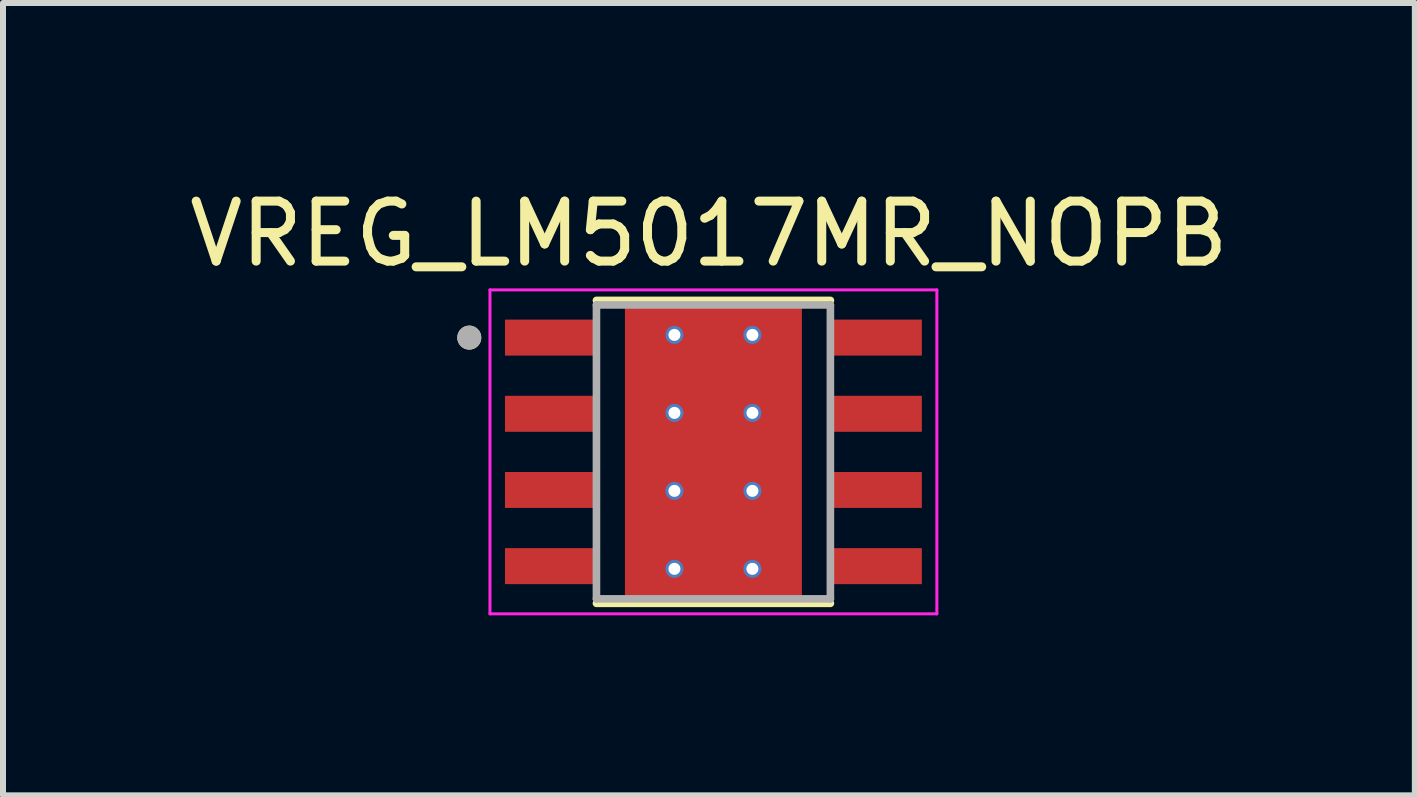
<source format=kicad_pcb>
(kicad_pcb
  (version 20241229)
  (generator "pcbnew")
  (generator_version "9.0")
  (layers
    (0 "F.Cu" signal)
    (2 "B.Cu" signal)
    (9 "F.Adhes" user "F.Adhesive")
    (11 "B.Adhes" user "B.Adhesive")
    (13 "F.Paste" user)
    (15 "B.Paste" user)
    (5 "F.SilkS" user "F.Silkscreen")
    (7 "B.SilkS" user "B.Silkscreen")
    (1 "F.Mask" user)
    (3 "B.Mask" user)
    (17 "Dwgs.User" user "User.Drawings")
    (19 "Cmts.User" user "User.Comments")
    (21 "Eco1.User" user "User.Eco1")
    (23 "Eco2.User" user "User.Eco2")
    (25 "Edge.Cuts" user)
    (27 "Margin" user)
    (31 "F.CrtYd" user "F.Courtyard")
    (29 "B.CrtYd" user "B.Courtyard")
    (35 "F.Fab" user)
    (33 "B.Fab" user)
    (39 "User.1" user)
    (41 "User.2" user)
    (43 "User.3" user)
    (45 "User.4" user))
  (footprint "VREG_LM5017MR_NOPB"
    (layer "F.Cu")
    (at 8.843 4.483)
    (property "Reference" "VREG_LM5017MR_NOPB" (at -0.075 -3.635 0) (layer "F.SilkS") (effects (font (size 1 1) (thickness 0.15))))
    (attr through_hole)
    (fp_poly (pts (xy -1.355 -1.7) (xy 1.355 -1.7) (xy 1.355 1.7) (xy -1.355 1.7)) (stroke (width 0.01) (type solid)) (fill yes) (layer "F.Mask"))
    (fp_poly (pts (xy -1.905 -1.535) (xy -3.495 -1.535) (xy -3.498 -1.535) (xy -3.5 -1.535) (xy -3.503 -1.536) (xy -3.505 -1.536) (xy -3.508 -1.537) (xy -3.51 -1.537) (xy -3.513 -1.538) (xy -3.515 -1.539) (xy -3.518 -1.54) (xy -3.52 -1.542) (xy -3.522 -1.543) (xy -3.524 -1.545) (xy -3.526 -1.546) (xy -3.528 -1.548) (xy -3.53 -1.55) (xy -3.532 -1.552) (xy -3.534 -1.554) (xy -3.535 -1.556) (xy -3.537 -1.558) (xy -3.538 -1.56) (xy -3.54 -1.562) (xy -3.541 -1.565) (xy -3.542 -1.567) (xy -3.543 -1.57) (xy -3.543 -1.572) (xy -3.544 -1.575) (xy -3.544 -1.577) (xy -3.545 -1.58) (xy -3.545 -1.582) (xy -3.545 -1.585) (xy -3.545 -2.225) (xy -3.545 -2.228) (xy -3.545 -2.23) (xy -3.544 -2.233) (xy -3.544 -2.235) (xy -3.543 -2.238) (xy -3.543 -2.24) (xy -3.542 -2.243) (xy -3.541 -2.245) (xy -3.54 -2.248) (xy -3.538 -2.25) (xy -3.537 -2.252) (xy -3.535 -2.254) (xy -3.534 -2.256) (xy -3.532 -2.258) (xy -3.53 -2.26) (xy -3.528 -2.262) (xy -3.526 -2.264) (xy -3.524 -2.265) (xy -3.522 -2.267) (xy -3.52 -2.268) (xy -3.518 -2.27) (xy -3.515 -2.271) (xy -3.513 -2.272) (xy -3.51 -2.273) (xy -3.508 -2.273) (xy -3.505 -2.274) (xy -3.503 -2.274) (xy -3.5 -2.275) (xy -3.498 -2.275) (xy -3.495 -2.275) (xy -1.905 -2.275) (xy -1.902 -2.275) (xy -1.9 -2.275) (xy -1.897 -2.274) (xy -1.895 -2.274) (xy -1.892 -2.273) (xy -1.89 -2.273) (xy -1.887 -2.272) (xy -1.885 -2.271) (xy -1.882 -2.27) (xy -1.88 -2.268) (xy -1.878 -2.267) (xy -1.876 -2.265) (xy -1.874 -2.264) (xy -1.872 -2.262) (xy -1.87 -2.26) (xy -1.868 -2.258) (xy -1.866 -2.256) (xy -1.865 -2.254) (xy -1.863 -2.252) (xy -1.862 -2.25) (xy -1.86 -2.248) (xy -1.859 -2.245) (xy -1.858 -2.243) (xy -1.857 -2.24) (xy -1.857 -2.238) (xy -1.856 -2.235) (xy -1.856 -2.233) (xy -1.855 -2.23) (xy -1.855 -2.228) (xy -1.855 -2.225) (xy -1.855 -1.585) (xy -1.855 -1.582) (xy -1.855 -1.58) (xy -1.856 -1.577) (xy -1.856 -1.575) (xy -1.857 -1.572) (xy -1.857 -1.57) (xy -1.858 -1.567) (xy -1.859 -1.565) (xy -1.86 -1.562) (xy -1.862 -1.56) (xy -1.863 -1.558) (xy -1.865 -1.556) (xy -1.866 -1.554) (xy -1.868 -1.552) (xy -1.87 -1.55) (xy -1.872 -1.548) (xy -1.874 -1.546) (xy -1.876 -1.545) (xy -1.878 -1.543) (xy -1.88 -1.542) (xy -1.882 -1.54) (xy -1.885 -1.539) (xy -1.887 -1.538) (xy -1.89 -1.537) (xy -1.892 -1.537) (xy -1.895 -1.536) (xy -1.897 -1.536) (xy -1.9 -1.535) (xy -1.902 -1.535) (xy -1.905 -1.535)) (stroke (width 0.01) (type solid)) (fill yes) (layer "F.Mask"))
    (fp_poly (pts (xy -1.905 -0.265) (xy -3.495 -0.265) (xy -3.498 -0.265) (xy -3.5 -0.265) (xy -3.503 -0.266) (xy -3.505 -0.266) (xy -3.508 -0.267) (xy -3.51 -0.267) (xy -3.513 -0.268) (xy -3.515 -0.269) (xy -3.518 -0.27) (xy -3.52 -0.272) (xy -3.522 -0.273) (xy -3.524 -0.275) (xy -3.526 -0.276) (xy -3.528 -0.278) (xy -3.53 -0.28) (xy -3.532 -0.282) (xy -3.534 -0.284) (xy -3.535 -0.286) (xy -3.537 -0.288) (xy -3.538 -0.29) (xy -3.54 -0.292) (xy -3.541 -0.295) (xy -3.542 -0.297) (xy -3.543 -0.3) (xy -3.543 -0.302) (xy -3.544 -0.305) (xy -3.544 -0.307) (xy -3.545 -0.31) (xy -3.545 -0.312) (xy -3.545 -0.315) (xy -3.545 -0.955) (xy -3.545 -0.958) (xy -3.545 -0.96) (xy -3.544 -0.963) (xy -3.544 -0.965) (xy -3.543 -0.968) (xy -3.543 -0.97) (xy -3.542 -0.973) (xy -3.541 -0.975) (xy -3.54 -0.978) (xy -3.538 -0.98) (xy -3.537 -0.982) (xy -3.535 -0.984) (xy -3.534 -0.986) (xy -3.532 -0.988) (xy -3.53 -0.99) (xy -3.528 -0.992) (xy -3.526 -0.994) (xy -3.524 -0.995) (xy -3.522 -0.997) (xy -3.52 -0.998) (xy -3.518 -1) (xy -3.515 -1.001) (xy -3.513 -1.002) (xy -3.51 -1.003) (xy -3.508 -1.003) (xy -3.505 -1.004) (xy -3.503 -1.004) (xy -3.5 -1.005) (xy -3.498 -1.005) (xy -3.495 -1.005) (xy -1.905 -1.005) (xy -1.902 -1.005) (xy -1.9 -1.005) (xy -1.897 -1.004) (xy -1.895 -1.004) (xy -1.892 -1.003) (xy -1.89 -1.003) (xy -1.887 -1.002) (xy -1.885 -1.001) (xy -1.882 -1) (xy -1.88 -0.998) (xy -1.878 -0.997) (xy -1.876 -0.995) (xy -1.874 -0.994) (xy -1.872 -0.992) (xy -1.87 -0.99) (xy -1.868 -0.988) (xy -1.866 -0.986) (xy -1.865 -0.984) (xy -1.863 -0.982) (xy -1.862 -0.98) (xy -1.86 -0.978) (xy -1.859 -0.975) (xy -1.858 -0.973) (xy -1.857 -0.97) (xy -1.857 -0.968) (xy -1.856 -0.965) (xy -1.856 -0.963) (xy -1.855 -0.96) (xy -1.855 -0.958) (xy -1.855 -0.955) (xy -1.855 -0.315) (xy -1.855 -0.312) (xy -1.855 -0.31) (xy -1.856 -0.307) (xy -1.856 -0.305) (xy -1.857 -0.302) (xy -1.857 -0.3) (xy -1.858 -0.297) (xy -1.859 -0.295) (xy -1.86 -0.292) (xy -1.862 -0.29) (xy -1.863 -0.288) (xy -1.865 -0.286) (xy -1.866 -0.284) (xy -1.868 -0.282) (xy -1.87 -0.28) (xy -1.872 -0.278) (xy -1.874 -0.276) (xy -1.876 -0.275) (xy -1.878 -0.273) (xy -1.88 -0.272) (xy -1.882 -0.27) (xy -1.885 -0.269) (xy -1.887 -0.268) (xy -1.89 -0.267) (xy -1.892 -0.267) (xy -1.895 -0.266) (xy -1.897 -0.266) (xy -1.9 -0.265) (xy -1.902 -0.265) (xy -1.905 -0.265)) (stroke (width 0.01) (type solid)) (fill yes) (layer "F.Mask"))
    (fp_poly (pts (xy -1.905 1.005) (xy -3.495 1.005) (xy -3.498 1.005) (xy -3.5 1.005) (xy -3.503 1.004) (xy -3.505 1.004) (xy -3.508 1.003) (xy -3.51 1.003) (xy -3.513 1.002) (xy -3.515 1.001) (xy -3.518 1) (xy -3.52 0.998) (xy -3.522 0.997) (xy -3.524 0.995) (xy -3.526 0.994) (xy -3.528 0.992) (xy -3.53 0.99) (xy -3.532 0.988) (xy -3.534 0.986) (xy -3.535 0.984) (xy -3.537 0.982) (xy -3.538 0.98) (xy -3.54 0.978) (xy -3.541 0.975) (xy -3.542 0.973) (xy -3.543 0.97) (xy -3.543 0.968) (xy -3.544 0.965) (xy -3.544 0.963) (xy -3.545 0.96) (xy -3.545 0.958) (xy -3.545 0.955) (xy -3.545 0.315) (xy -3.545 0.312) (xy -3.545 0.31) (xy -3.544 0.307) (xy -3.544 0.305) (xy -3.543 0.302) (xy -3.543 0.3) (xy -3.542 0.297) (xy -3.541 0.295) (xy -3.54 0.292) (xy -3.538 0.29) (xy -3.537 0.288) (xy -3.535 0.286) (xy -3.534 0.284) (xy -3.532 0.282) (xy -3.53 0.28) (xy -3.528 0.278) (xy -3.526 0.276) (xy -3.524 0.275) (xy -3.522 0.273) (xy -3.52 0.272) (xy -3.518 0.27) (xy -3.515 0.269) (xy -3.513 0.268) (xy -3.51 0.267) (xy -3.508 0.267) (xy -3.505 0.266) (xy -3.503 0.266) (xy -3.5 0.265) (xy -3.498 0.265) (xy -3.495 0.265) (xy -1.905 0.265) (xy -1.902 0.265) (xy -1.9 0.265) (xy -1.897 0.266) (xy -1.895 0.266) (xy -1.892 0.267) (xy -1.89 0.267) (xy -1.887 0.268) (xy -1.885 0.269) (xy -1.882 0.27) (xy -1.88 0.272) (xy -1.878 0.273) (xy -1.876 0.275) (xy -1.874 0.276) (xy -1.872 0.278) (xy -1.87 0.28) (xy -1.868 0.282) (xy -1.866 0.284) (xy -1.865 0.286) (xy -1.863 0.288) (xy -1.862 0.29) (xy -1.86 0.292) (xy -1.859 0.295) (xy -1.858 0.297) (xy -1.857 0.3) (xy -1.857 0.302) (xy -1.856 0.305) (xy -1.856 0.307) (xy -1.855 0.31) (xy -1.855 0.312) (xy -1.855 0.315) (xy -1.855 0.955) (xy -1.855 0.958) (xy -1.855 0.96) (xy -1.856 0.963) (xy -1.856 0.965) (xy -1.857 0.968) (xy -1.857 0.97) (xy -1.858 0.973) (xy -1.859 0.975) (xy -1.86 0.978) (xy -1.862 0.98) (xy -1.863 0.982) (xy -1.865 0.984) (xy -1.866 0.986) (xy -1.868 0.988) (xy -1.87 0.99) (xy -1.872 0.992) (xy -1.874 0.994) (xy -1.876 0.995) (xy -1.878 0.997) (xy -1.88 0.998) (xy -1.882 1) (xy -1.885 1.001) (xy -1.887 1.002) (xy -1.89 1.003) (xy -1.892 1.003) (xy -1.895 1.004) (xy -1.897 1.004) (xy -1.9 1.005) (xy -1.902 1.005) (xy -1.905 1.005)) (stroke (width 0.01) (type solid)) (fill yes) (layer "F.Mask"))
    (fp_poly (pts (xy -1.905 2.275) (xy -3.495 2.275) (xy -3.498 2.275) (xy -3.5 2.275) (xy -3.503 2.274) (xy -3.505 2.274) (xy -3.508 2.273) (xy -3.51 2.273) (xy -3.513 2.272) (xy -3.515 2.271) (xy -3.518 2.27) (xy -3.52 2.268) (xy -3.522 2.267) (xy -3.524 2.265) (xy -3.526 2.264) (xy -3.528 2.262) (xy -3.53 2.26) (xy -3.532 2.258) (xy -3.534 2.256) (xy -3.535 2.254) (xy -3.537 2.252) (xy -3.538 2.25) (xy -3.54 2.248) (xy -3.541 2.245) (xy -3.542 2.243) (xy -3.543 2.24) (xy -3.543 2.238) (xy -3.544 2.235) (xy -3.544 2.233) (xy -3.545 2.23) (xy -3.545 2.228) (xy -3.545 2.225) (xy -3.545 1.585) (xy -3.545 1.582) (xy -3.545 1.58) (xy -3.544 1.577) (xy -3.544 1.575) (xy -3.543 1.572) (xy -3.543 1.57) (xy -3.542 1.567) (xy -3.541 1.565) (xy -3.54 1.562) (xy -3.538 1.56) (xy -3.537 1.558) (xy -3.535 1.556) (xy -3.534 1.554) (xy -3.532 1.552) (xy -3.53 1.55) (xy -3.528 1.548) (xy -3.526 1.546) (xy -3.524 1.545) (xy -3.522 1.543) (xy -3.52 1.542) (xy -3.518 1.54) (xy -3.515 1.539) (xy -3.513 1.538) (xy -3.51 1.537) (xy -3.508 1.537) (xy -3.505 1.536) (xy -3.503 1.536) (xy -3.5 1.535) (xy -3.498 1.535) (xy -3.495 1.535) (xy -1.905 1.535) (xy -1.902 1.535) (xy -1.9 1.535) (xy -1.897 1.536) (xy -1.895 1.536) (xy -1.892 1.537) (xy -1.89 1.537) (xy -1.887 1.538) (xy -1.885 1.539) (xy -1.882 1.54) (xy -1.88 1.542) (xy -1.878 1.543) (xy -1.876 1.545) (xy -1.874 1.546) (xy -1.872 1.548) (xy -1.87 1.55) (xy -1.868 1.552) (xy -1.866 1.554) (xy -1.865 1.556) (xy -1.863 1.558) (xy -1.862 1.56) (xy -1.86 1.562) (xy -1.859 1.565) (xy -1.858 1.567) (xy -1.857 1.57) (xy -1.857 1.572) (xy -1.856 1.575) (xy -1.856 1.577) (xy -1.855 1.58) (xy -1.855 1.582) (xy -1.855 1.585) (xy -1.855 2.225) (xy -1.855 2.228) (xy -1.855 2.23) (xy -1.856 2.233) (xy -1.856 2.235) (xy -1.857 2.238) (xy -1.857 2.24) (xy -1.858 2.243) (xy -1.859 2.245) (xy -1.86 2.248) (xy -1.862 2.25) (xy -1.863 2.252) (xy -1.865 2.254) (xy -1.866 2.256) (xy -1.868 2.258) (xy -1.87 2.26) (xy -1.872 2.262) (xy -1.874 2.264) (xy -1.876 2.265) (xy -1.878 2.267) (xy -1.88 2.268) (xy -1.882 2.27) (xy -1.885 2.271) (xy -1.887 2.272) (xy -1.89 2.273) (xy -1.892 2.273) (xy -1.895 2.274) (xy -1.897 2.274) (xy -1.9 2.275) (xy -1.902 2.275) (xy -1.905 2.275)) (stroke (width 0.01) (type solid)) (fill yes) (layer "F.Mask"))
    (fp_poly (pts (xy 3.495 -1.535) (xy 1.905 -1.535) (xy 1.902 -1.535) (xy 1.9 -1.535) (xy 1.897 -1.536) (xy 1.895 -1.536) (xy 1.892 -1.537) (xy 1.89 -1.537) (xy 1.887 -1.538) (xy 1.885 -1.539) (xy 1.882 -1.54) (xy 1.88 -1.542) (xy 1.878 -1.543) (xy 1.876 -1.545) (xy 1.874 -1.546) (xy 1.872 -1.548) (xy 1.87 -1.55) (xy 1.868 -1.552) (xy 1.866 -1.554) (xy 1.865 -1.556) (xy 1.863 -1.558) (xy 1.862 -1.56) (xy 1.86 -1.562) (xy 1.859 -1.565) (xy 1.858 -1.567) (xy 1.857 -1.57) (xy 1.857 -1.572) (xy 1.856 -1.575) (xy 1.856 -1.577) (xy 1.855 -1.58) (xy 1.855 -1.582) (xy 1.855 -1.585) (xy 1.855 -2.225) (xy 1.855 -2.228) (xy 1.855 -2.23) (xy 1.856 -2.233) (xy 1.856 -2.235) (xy 1.857 -2.238) (xy 1.857 -2.24) (xy 1.858 -2.243) (xy 1.859 -2.245) (xy 1.86 -2.248) (xy 1.862 -2.25) (xy 1.863 -2.252) (xy 1.865 -2.254) (xy 1.866 -2.256) (xy 1.868 -2.258) (xy 1.87 -2.26) (xy 1.872 -2.262) (xy 1.874 -2.264) (xy 1.876 -2.265) (xy 1.878 -2.267) (xy 1.88 -2.268) (xy 1.882 -2.27) (xy 1.885 -2.271) (xy 1.887 -2.272) (xy 1.89 -2.273) (xy 1.892 -2.273) (xy 1.895 -2.274) (xy 1.897 -2.274) (xy 1.9 -2.275) (xy 1.902 -2.275) (xy 1.905 -2.275) (xy 3.495 -2.275) (xy 3.498 -2.275) (xy 3.5 -2.275) (xy 3.503 -2.274) (xy 3.505 -2.274) (xy 3.508 -2.273) (xy 3.51 -2.273) (xy 3.513 -2.272) (xy 3.515 -2.271) (xy 3.518 -2.27) (xy 3.52 -2.268) (xy 3.522 -2.267) (xy 3.524 -2.265) (xy 3.526 -2.264) (xy 3.528 -2.262) (xy 3.53 -2.26) (xy 3.532 -2.258) (xy 3.534 -2.256) (xy 3.535 -2.254) (xy 3.537 -2.252) (xy 3.538 -2.25) (xy 3.54 -2.248) (xy 3.541 -2.245) (xy 3.542 -2.243) (xy 3.543 -2.24) (xy 3.543 -2.238) (xy 3.544 -2.235) (xy 3.544 -2.233) (xy 3.545 -2.23) (xy 3.545 -2.228) (xy 3.545 -2.225) (xy 3.545 -1.585) (xy 3.545 -1.582) (xy 3.545 -1.58) (xy 3.544 -1.577) (xy 3.544 -1.575) (xy 3.543 -1.572) (xy 3.543 -1.57) (xy 3.542 -1.567) (xy 3.541 -1.565) (xy 3.54 -1.562) (xy 3.538 -1.56) (xy 3.537 -1.558) (xy 3.535 -1.556) (xy 3.534 -1.554) (xy 3.532 -1.552) (xy 3.53 -1.55) (xy 3.528 -1.548) (xy 3.526 -1.546) (xy 3.524 -1.545) (xy 3.522 -1.543) (xy 3.52 -1.542) (xy 3.518 -1.54) (xy 3.515 -1.539) (xy 3.513 -1.538) (xy 3.51 -1.537) (xy 3.508 -1.537) (xy 3.505 -1.536) (xy 3.503 -1.536) (xy 3.5 -1.535) (xy 3.498 -1.535) (xy 3.495 -1.535)) (stroke (width 0.01) (type solid)) (fill yes) (layer "F.Mask"))
    (fp_poly (pts (xy 3.495 -0.265) (xy 1.905 -0.265) (xy 1.902 -0.265) (xy 1.9 -0.265) (xy 1.897 -0.266) (xy 1.895 -0.266) (xy 1.892 -0.267) (xy 1.89 -0.267) (xy 1.887 -0.268) (xy 1.885 -0.269) (xy 1.882 -0.27) (xy 1.88 -0.272) (xy 1.878 -0.273) (xy 1.876 -0.275) (xy 1.874 -0.276) (xy 1.872 -0.278) (xy 1.87 -0.28) (xy 1.868 -0.282) (xy 1.866 -0.284) (xy 1.865 -0.286) (xy 1.863 -0.288) (xy 1.862 -0.29) (xy 1.86 -0.292) (xy 1.859 -0.295) (xy 1.858 -0.297) (xy 1.857 -0.3) (xy 1.857 -0.302) (xy 1.856 -0.305) (xy 1.856 -0.307) (xy 1.855 -0.31) (xy 1.855 -0.312) (xy 1.855 -0.315) (xy 1.855 -0.955) (xy 1.855 -0.958) (xy 1.855 -0.96) (xy 1.856 -0.963) (xy 1.856 -0.965) (xy 1.857 -0.968) (xy 1.857 -0.97) (xy 1.858 -0.973) (xy 1.859 -0.975) (xy 1.86 -0.978) (xy 1.862 -0.98) (xy 1.863 -0.982) (xy 1.865 -0.984) (xy 1.866 -0.986) (xy 1.868 -0.988) (xy 1.87 -0.99) (xy 1.872 -0.992) (xy 1.874 -0.994) (xy 1.876 -0.995) (xy 1.878 -0.997) (xy 1.88 -0.998) (xy 1.882 -1) (xy 1.885 -1.001) (xy 1.887 -1.002) (xy 1.89 -1.003) (xy 1.892 -1.003) (xy 1.895 -1.004) (xy 1.897 -1.004) (xy 1.9 -1.005) (xy 1.902 -1.005) (xy 1.905 -1.005) (xy 3.495 -1.005) (xy 3.498 -1.005) (xy 3.5 -1.005) (xy 3.503 -1.004) (xy 3.505 -1.004) (xy 3.508 -1.003) (xy 3.51 -1.003) (xy 3.513 -1.002) (xy 3.515 -1.001) (xy 3.518 -1) (xy 3.52 -0.998) (xy 3.522 -0.997) (xy 3.524 -0.995) (xy 3.526 -0.994) (xy 3.528 -0.992) (xy 3.53 -0.99) (xy 3.532 -0.988) (xy 3.534 -0.986) (xy 3.535 -0.984) (xy 3.537 -0.982) (xy 3.538 -0.98) (xy 3.54 -0.978) (xy 3.541 -0.975) (xy 3.542 -0.973) (xy 3.543 -0.97) (xy 3.543 -0.968) (xy 3.544 -0.965) (xy 3.544 -0.963) (xy 3.545 -0.96) (xy 3.545 -0.958) (xy 3.545 -0.955) (xy 3.545 -0.315) (xy 3.545 -0.312) (xy 3.545 -0.31) (xy 3.544 -0.307) (xy 3.544 -0.305) (xy 3.543 -0.302) (xy 3.543 -0.3) (xy 3.542 -0.297) (xy 3.541 -0.295) (xy 3.54 -0.292) (xy 3.538 -0.29) (xy 3.537 -0.288) (xy 3.535 -0.286) (xy 3.534 -0.284) (xy 3.532 -0.282) (xy 3.53 -0.28) (xy 3.528 -0.278) (xy 3.526 -0.276) (xy 3.524 -0.275) (xy 3.522 -0.273) (xy 3.52 -0.272) (xy 3.518 -0.27) (xy 3.515 -0.269) (xy 3.513 -0.268) (xy 3.51 -0.267) (xy 3.508 -0.267) (xy 3.505 -0.266) (xy 3.503 -0.266) (xy 3.5 -0.265) (xy 3.498 -0.265) (xy 3.495 -0.265)) (stroke (width 0.01) (type solid)) (fill yes) (layer "F.Mask"))
    (fp_poly (pts (xy 3.495 1.005) (xy 1.905 1.005) (xy 1.902 1.005) (xy 1.9 1.005) (xy 1.897 1.004) (xy 1.895 1.004) (xy 1.892 1.003) (xy 1.89 1.003) (xy 1.887 1.002) (xy 1.885 1.001) (xy 1.882 1) (xy 1.88 0.998) (xy 1.878 0.997) (xy 1.876 0.995) (xy 1.874 0.994) (xy 1.872 0.992) (xy 1.87 0.99) (xy 1.868 0.988) (xy 1.866 0.986) (xy 1.865 0.984) (xy 1.863 0.982) (xy 1.862 0.98) (xy 1.86 0.978) (xy 1.859 0.975) (xy 1.858 0.973) (xy 1.857 0.97) (xy 1.857 0.968) (xy 1.856 0.965) (xy 1.856 0.963) (xy 1.855 0.96) (xy 1.855 0.958) (xy 1.855 0.955) (xy 1.855 0.315) (xy 1.855 0.312) (xy 1.855 0.31) (xy 1.856 0.307) (xy 1.856 0.305) (xy 1.857 0.302) (xy 1.857 0.3) (xy 1.858 0.297) (xy 1.859 0.295) (xy 1.86 0.292) (xy 1.862 0.29) (xy 1.863 0.288) (xy 1.865 0.286) (xy 1.866 0.284) (xy 1.868 0.282) (xy 1.87 0.28) (xy 1.872 0.278) (xy 1.874 0.276) (xy 1.876 0.275) (xy 1.878 0.273) (xy 1.88 0.272) (xy 1.882 0.27) (xy 1.885 0.269) (xy 1.887 0.268) (xy 1.89 0.267) (xy 1.892 0.267) (xy 1.895 0.266) (xy 1.897 0.266) (xy 1.9 0.265) (xy 1.902 0.265) (xy 1.905 0.265) (xy 3.495 0.265) (xy 3.498 0.265) (xy 3.5 0.265) (xy 3.503 0.266) (xy 3.505 0.266) (xy 3.508 0.267) (xy 3.51 0.267) (xy 3.513 0.268) (xy 3.515 0.269) (xy 3.518 0.27) (xy 3.52 0.272) (xy 3.522 0.273) (xy 3.524 0.275) (xy 3.526 0.276) (xy 3.528 0.278) (xy 3.53 0.28) (xy 3.532 0.282) (xy 3.534 0.284) (xy 3.535 0.286) (xy 3.537 0.288) (xy 3.538 0.29) (xy 3.54 0.292) (xy 3.541 0.295) (xy 3.542 0.297) (xy 3.543 0.3) (xy 3.543 0.302) (xy 3.544 0.305) (xy 3.544 0.307) (xy 3.545 0.31) (xy 3.545 0.312) (xy 3.545 0.315) (xy 3.545 0.955) (xy 3.545 0.958) (xy 3.545 0.96) (xy 3.544 0.963) (xy 3.544 0.965) (xy 3.543 0.968) (xy 3.543 0.97) (xy 3.542 0.973) (xy 3.541 0.975) (xy 3.54 0.978) (xy 3.538 0.98) (xy 3.537 0.982) (xy 3.535 0.984) (xy 3.534 0.986) (xy 3.532 0.988) (xy 3.53 0.99) (xy 3.528 0.992) (xy 3.526 0.994) (xy 3.524 0.995) (xy 3.522 0.997) (xy 3.52 0.998) (xy 3.518 1) (xy 3.515 1.001) (xy 3.513 1.002) (xy 3.51 1.003) (xy 3.508 1.003) (xy 3.505 1.004) (xy 3.503 1.004) (xy 3.5 1.005) (xy 3.498 1.005) (xy 3.495 1.005)) (stroke (width 0.01) (type solid)) (fill yes) (layer "F.Mask"))
    (fp_poly (pts (xy 3.495 2.275) (xy 1.905 2.275) (xy 1.902 2.275) (xy 1.9 2.275) (xy 1.897 2.274) (xy 1.895 2.274) (xy 1.892 2.273) (xy 1.89 2.273) (xy 1.887 2.272) (xy 1.885 2.271) (xy 1.882 2.27) (xy 1.88 2.268) (xy 1.878 2.267) (xy 1.876 2.265) (xy 1.874 2.264) (xy 1.872 2.262) (xy 1.87 2.26) (xy 1.868 2.258) (xy 1.866 2.256) (xy 1.865 2.254) (xy 1.863 2.252) (xy 1.862 2.25) (xy 1.86 2.248) (xy 1.859 2.245) (xy 1.858 2.243) (xy 1.857 2.24) (xy 1.857 2.238) (xy 1.856 2.235) (xy 1.856 2.233) (xy 1.855 2.23) (xy 1.855 2.228) (xy 1.855 2.225) (xy 1.855 1.585) (xy 1.855 1.582) (xy 1.855 1.58) (xy 1.856 1.577) (xy 1.856 1.575) (xy 1.857 1.572) (xy 1.857 1.57) (xy 1.858 1.567) (xy 1.859 1.565) (xy 1.86 1.562) (xy 1.862 1.56) (xy 1.863 1.558) (xy 1.865 1.556) (xy 1.866 1.554) (xy 1.868 1.552) (xy 1.87 1.55) (xy 1.872 1.548) (xy 1.874 1.546) (xy 1.876 1.545) (xy 1.878 1.543) (xy 1.88 1.542) (xy 1.882 1.54) (xy 1.885 1.539) (xy 1.887 1.538) (xy 1.89 1.537) (xy 1.892 1.537) (xy 1.895 1.536) (xy 1.897 1.536) (xy 1.9 1.535) (xy 1.902 1.535) (xy 1.905 1.535) (xy 3.495 1.535) (xy 3.498 1.535) (xy 3.5 1.535) (xy 3.503 1.536) (xy 3.505 1.536) (xy 3.508 1.537) (xy 3.51 1.537) (xy 3.513 1.538) (xy 3.515 1.539) (xy 3.518 1.54) (xy 3.52 1.542) (xy 3.522 1.543) (xy 3.524 1.545) (xy 3.526 1.546) (xy 3.528 1.548) (xy 3.53 1.55) (xy 3.532 1.552) (xy 3.534 1.554) (xy 3.535 1.556) (xy 3.537 1.558) (xy 3.538 1.56) (xy 3.54 1.562) (xy 3.541 1.565) (xy 3.542 1.567) (xy 3.543 1.57) (xy 3.543 1.572) (xy 3.544 1.575) (xy 3.544 1.577) (xy 3.545 1.58) (xy 3.545 1.582) (xy 3.545 1.585) (xy 3.545 2.225) (xy 3.545 2.228) (xy 3.545 2.23) (xy 3.544 2.233) (xy 3.544 2.235) (xy 3.543 2.238) (xy 3.543 2.24) (xy 3.542 2.243) (xy 3.541 2.245) (xy 3.54 2.248) (xy 3.538 2.25) (xy 3.537 2.252) (xy 3.535 2.254) (xy 3.534 2.256) (xy 3.532 2.258) (xy 3.53 2.26) (xy 3.528 2.262) (xy 3.526 2.264) (xy 3.524 2.265) (xy 3.522 2.267) (xy 3.52 2.268) (xy 3.518 2.27) (xy 3.515 2.271) (xy 3.513 2.272) (xy 3.51 2.273) (xy 3.508 2.273) (xy 3.505 2.274) (xy 3.503 2.274) (xy 3.5 2.275) (xy 3.498 2.275) (xy 3.495 2.275)) (stroke (width 0.01) (type solid)) (fill yes) (layer "F.Mask"))
    (fp_line (start -1.95 -2.525) (end 1.95 -2.525) (stroke (width 0.127) (type solid)) (layer "F.SilkS"))
    (fp_line (start -1.95 2.525) (end 1.95 2.525) (stroke (width 0.127) (type solid)) (layer "F.SilkS"))
    (fp_circle (center -4.07 -1.905) (end -3.97 -1.905) (stroke (width 0.2) (type solid)) (fill no) (layer "F.SilkS"))
    (fp_poly (pts (xy -1.355 -1.7) (xy 1.355 -1.7) (xy 1.355 1.7) (xy -1.355 1.7)) (stroke (width 0.01) (type solid)) (fill yes) (layer "F.Paste"))
    (fp_line (start -3.725 -2.7) (end -3.725 2.7) (stroke (width 0.05) (type solid)) (layer "F.CrtYd"))
    (fp_line (start -3.725 -2.7) (end 3.725 -2.7) (stroke (width 0.05) (type solid)) (layer "F.CrtYd"))
    (fp_line (start -3.725 2.7) (end 3.725 2.7) (stroke (width 0.05) (type solid)) (layer "F.CrtYd"))
    (fp_line (start 3.725 -2.7) (end 3.725 2.7) (stroke (width 0.05) (type solid)) (layer "F.CrtYd"))
    (fp_line (start -1.95 -2.45) (end -1.95 2.45) (stroke (width 0.127) (type solid)) (layer "F.Fab"))
    (fp_line (start -1.95 -2.45) (end 1.95 -2.45) (stroke (width 0.127) (type solid)) (layer "F.Fab"))
    (fp_line (start -1.95 2.45) (end 1.95 2.45) (stroke (width 0.127) (type solid)) (layer "F.Fab"))
    (fp_line (start 1.95 -2.45) (end 1.95 2.45) (stroke (width 0.127) (type solid)) (layer "F.Fab"))
    (fp_circle (center -4.07 -1.905) (end -3.97 -1.905) (stroke (width 0.2) (type solid)) (fill no) (layer "F.Fab"))
    (pad "1" smd roundrect (at -2.7 -1.905) (size 1.55 0.6) (layers "F.Cu" "F.Paste") (roundrect_rratio 0.01))
    (pad "2" smd roundrect (at -2.7 -0.635) (size 1.55 0.6) (layers "F.Cu" "F.Paste") (roundrect_rratio 0.01))
    (pad "3" smd roundrect (at -2.7 0.635) (size 1.55 0.6) (layers "F.Cu" "F.Paste") (roundrect_rratio 0.01))
    (pad "4" smd roundrect (at -2.7 1.905) (size 1.55 0.6) (layers "F.Cu" "F.Paste") (roundrect_rratio 0.01))
    (pad "5" smd roundrect (at 2.7 1.905) (size 1.55 0.6) (layers "F.Cu" "F.Paste") (roundrect_rratio 0.01))
    (pad "6" smd roundrect (at 2.7 0.635) (size 1.55 0.6) (layers "F.Cu" "F.Paste") (roundrect_rratio 0.01))
    (pad "7" smd roundrect (at 2.7 -0.635) (size 1.55 0.6) (layers "F.Cu" "F.Paste") (roundrect_rratio 0.01))
    (pad "8" smd roundrect (at 2.7 -1.905) (size 1.55 0.6) (layers "F.Cu" "F.Paste") (roundrect_rratio 0.01))
    (pad "9" smd rect (at 0 0) (size 2.95 4.9) (layers "F.Cu"))
    (pad "10" thru_hole circle (at -0.65 -1.95) (size 0.3 0.3) (drill 0.2) (layers "*.Cu" "*.Mask"))
    (pad "11" thru_hole circle (at 0.65 -1.95) (size 0.3 0.3) (drill 0.2) (layers "*.Cu" "*.Mask"))
    (pad "12" thru_hole circle (at -0.65 -0.65) (size 0.3 0.3) (drill 0.2) (layers "*.Cu" "*.Mask"))
    (pad "13" thru_hole circle (at 0.65 -0.65) (size 0.3 0.3) (drill 0.2) (layers "*.Cu" "*.Mask"))
    (pad "14" thru_hole circle (at -0.65 0.65) (size 0.3 0.3) (drill 0.2) (layers "*.Cu" "*.Mask"))
    (pad "15" thru_hole circle (at 0.65 0.65) (size 0.3 0.3) (drill 0.2) (layers "*.Cu" "*.Mask"))
    (pad "16" thru_hole circle (at -0.65 1.95) (size 0.3 0.3) (drill 0.2) (layers "*.Cu" "*.Mask"))
    (pad "17" thru_hole circle (at 0.65 1.95) (size 0.3 0.3) (drill 0.2) (layers "*.Cu" "*.Mask")))
  (gr_rect
    (start -3 -3)
    (end 20.536 10.208)
    (stroke (width 0.1) (type default))
    (fill no)
    (layer "Edge.Cuts")))
</source>
